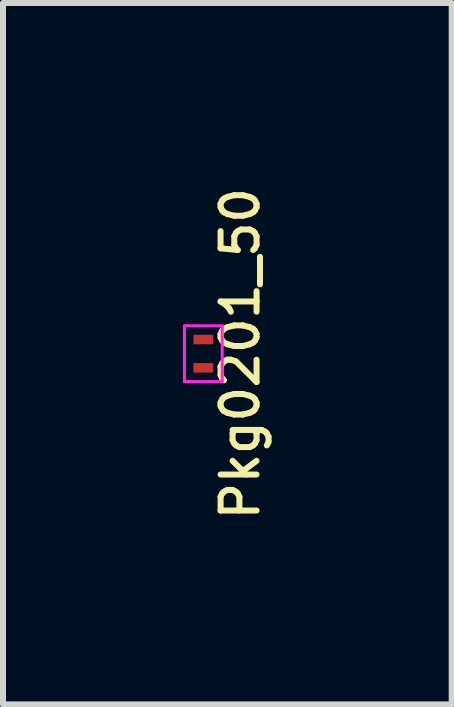
<source format=kicad_pcb>
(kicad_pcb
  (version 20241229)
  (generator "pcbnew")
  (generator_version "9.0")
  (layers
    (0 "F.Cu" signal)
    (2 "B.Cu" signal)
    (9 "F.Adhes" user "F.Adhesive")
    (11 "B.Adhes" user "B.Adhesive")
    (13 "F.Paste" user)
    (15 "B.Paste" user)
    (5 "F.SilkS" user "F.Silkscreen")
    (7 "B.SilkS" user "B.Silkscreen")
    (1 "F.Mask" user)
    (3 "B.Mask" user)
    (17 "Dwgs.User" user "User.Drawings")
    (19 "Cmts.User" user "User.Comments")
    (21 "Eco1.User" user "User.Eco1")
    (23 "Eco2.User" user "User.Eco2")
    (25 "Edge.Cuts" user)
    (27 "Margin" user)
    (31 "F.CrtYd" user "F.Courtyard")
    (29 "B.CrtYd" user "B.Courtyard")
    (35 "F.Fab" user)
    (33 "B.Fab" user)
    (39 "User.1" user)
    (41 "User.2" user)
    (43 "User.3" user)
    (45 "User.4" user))
  (footprint "Pkg0201_50"
    (layer "F.Cu")
    (at 0.34 2.847)
    (property "Reference" "Pkg0201_50" (at 0.615 0 90) (layer "F.SilkS") (effects (font (size 0.6 0.6) (thickness 0.1))))
    (fp_line (start -0.315 -0.465) (end -0.315 0.465) (stroke (width 0.05) (type solid)) (layer "F.CrtYd"))
    (fp_line (start -0.315 0.465) (end 0.315 0.465) (stroke (width 0.05) (type solid)) (layer "F.CrtYd"))
    (fp_line (start 0.315 -0.465) (end -0.315 -0.465) (stroke (width 0.05) (type solid)) (layer "F.CrtYd"))
    (fp_line (start 0.315 0.465) (end 0.315 -0.465) (stroke (width 0.05) (type solid)) (layer "F.CrtYd"))
    (pad "1" smd rect (at 0 -0.236) (size 0.33 0.158) (layers "F.Cu" "F.Mask" "F.Paste"))
    (pad "2" smd rect (at 0 0.236) (size 0.33 0.158) (layers "F.Cu" "F.Mask" "F.Paste")))
  (gr_rect
    (start -3 -3)
    (end 4.481 8.694)
    (stroke (width 0.1) (type default))
    (fill no)
    (layer "Edge.Cuts")))
</source>
